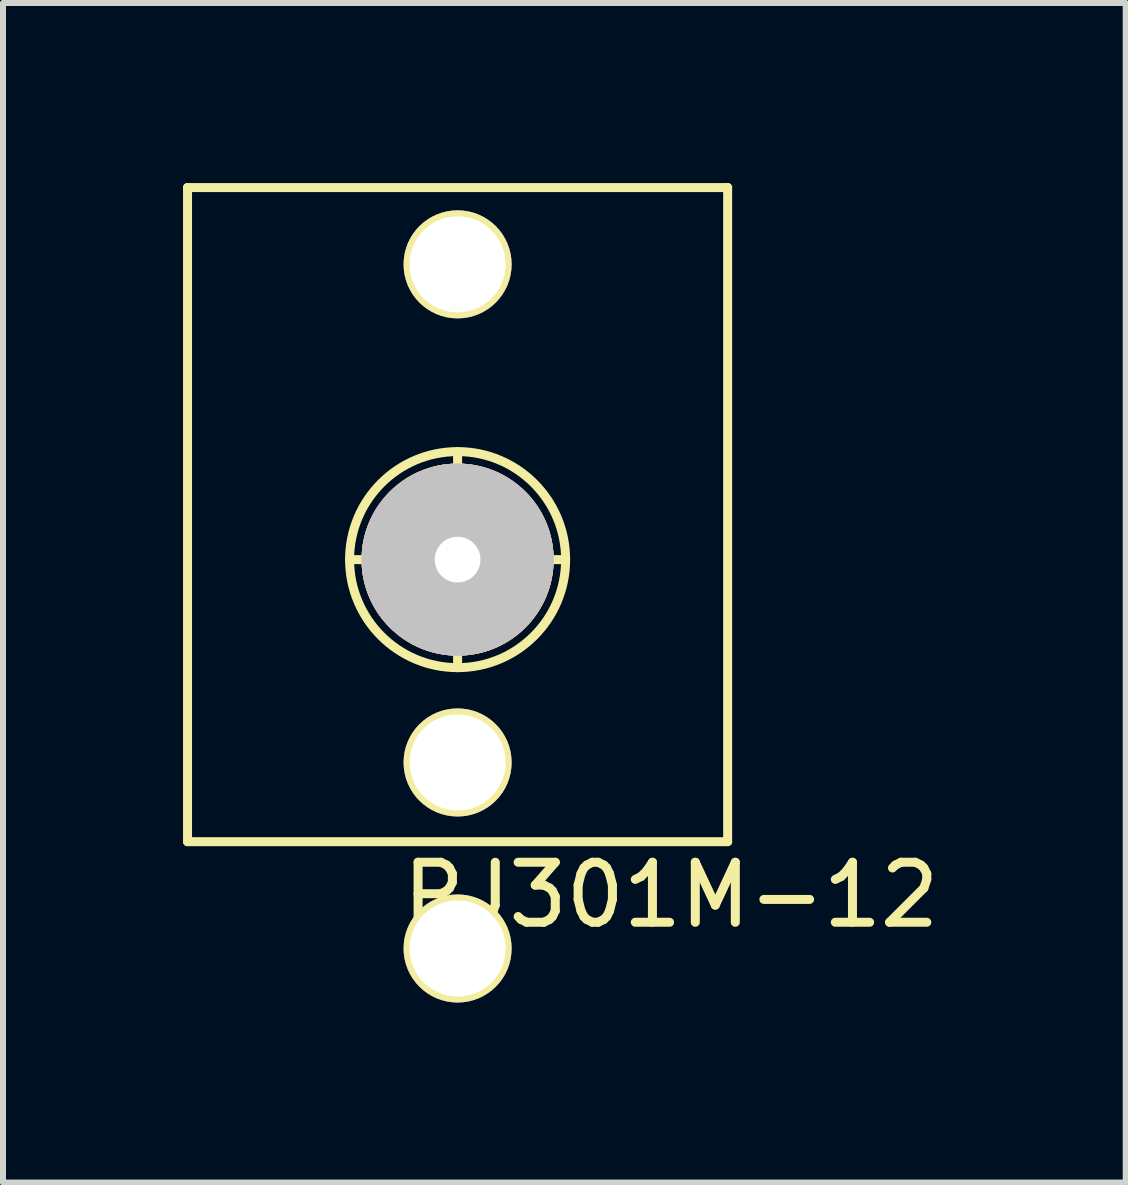
<source format=kicad_pcb>
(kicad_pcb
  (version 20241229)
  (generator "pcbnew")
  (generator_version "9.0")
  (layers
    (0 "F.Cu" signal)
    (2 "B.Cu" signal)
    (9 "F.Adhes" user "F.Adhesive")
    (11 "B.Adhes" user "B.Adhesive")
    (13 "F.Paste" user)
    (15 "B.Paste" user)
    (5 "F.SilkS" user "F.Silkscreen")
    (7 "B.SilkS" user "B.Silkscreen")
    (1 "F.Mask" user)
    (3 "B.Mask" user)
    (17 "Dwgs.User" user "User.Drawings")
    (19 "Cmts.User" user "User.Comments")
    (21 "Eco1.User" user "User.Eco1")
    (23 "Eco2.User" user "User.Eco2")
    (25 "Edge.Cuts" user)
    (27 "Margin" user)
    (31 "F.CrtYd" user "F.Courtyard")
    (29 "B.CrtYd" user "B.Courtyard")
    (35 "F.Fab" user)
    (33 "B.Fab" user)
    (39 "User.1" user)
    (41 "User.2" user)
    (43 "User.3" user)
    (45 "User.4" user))
  (footprint "PJ301M-12"
    (layer "F.Cu")
    (at 4.575 6.275)
    (property "Reference" "PJ301M-12" (at 3.556 5.588 0) (layer "F.SilkS") (effects (font (size 1 1) (thickness 0.15))))
    (attr through_hole)
    (fp_line (start -4.5 -6.2) (end -4.5 4.7) (stroke (width 0.15) (type solid)) (layer "F.SilkS"))
    (fp_line (start -4.5 -6.2) (end 4.5 -6.2) (stroke (width 0.15) (type solid)) (layer "F.SilkS"))
    (fp_line (start -4.5 4.7) (end 4.5 4.7) (stroke (width 0.15) (type solid)) (layer "F.SilkS"))
    (fp_line (start -1.8 0) (end 1.8 0) (stroke (width 0.15) (type solid)) (layer "F.SilkS"))
    (fp_line (start 0 -1.8) (end 0 1.8) (stroke (width 0.15) (type solid)) (layer "F.SilkS"))
    (fp_line (start 4.5 -6.2) (end 4.5 4.7) (stroke (width 0.15) (type solid)) (layer "F.SilkS"))
    (fp_circle (center 0 0) (end 1.8 0) (stroke (width 0.15) (type solid)) (fill no) (layer "F.SilkS"))
    (pad "" np_thru_hole circle (at 0 0) (size 3.2 3.2) (drill 0.762) (layers "*.Cu" "*.Adhes" "*.Paste" "*.SilkS" "*.Mask" "Dwgs.User" "Eco1.User" "Eco2.User"))
    (pad "1" thru_hole circle (at 0 6.48) (size 1.8 1.8) (drill 1.6) (layers "*.Cu" "*.Mask" "F.SilkS"))
    (pad "2" thru_hole circle (at 0 3.38) (size 1.8 1.8) (drill 1.6) (layers "*.Cu" "*.Mask" "F.SilkS"))
    (pad "3" thru_hole circle (at 0 -4.92) (size 1.8 1.8) (drill 1.6) (layers "*.Cu" "*.Mask" "F.SilkS")))
  (gr_rect
    (start -3 -3)
    (end 15.708 16.655)
    (stroke (width 0.1) (type default))
    (fill no)
    (layer "Edge.Cuts")))
</source>
